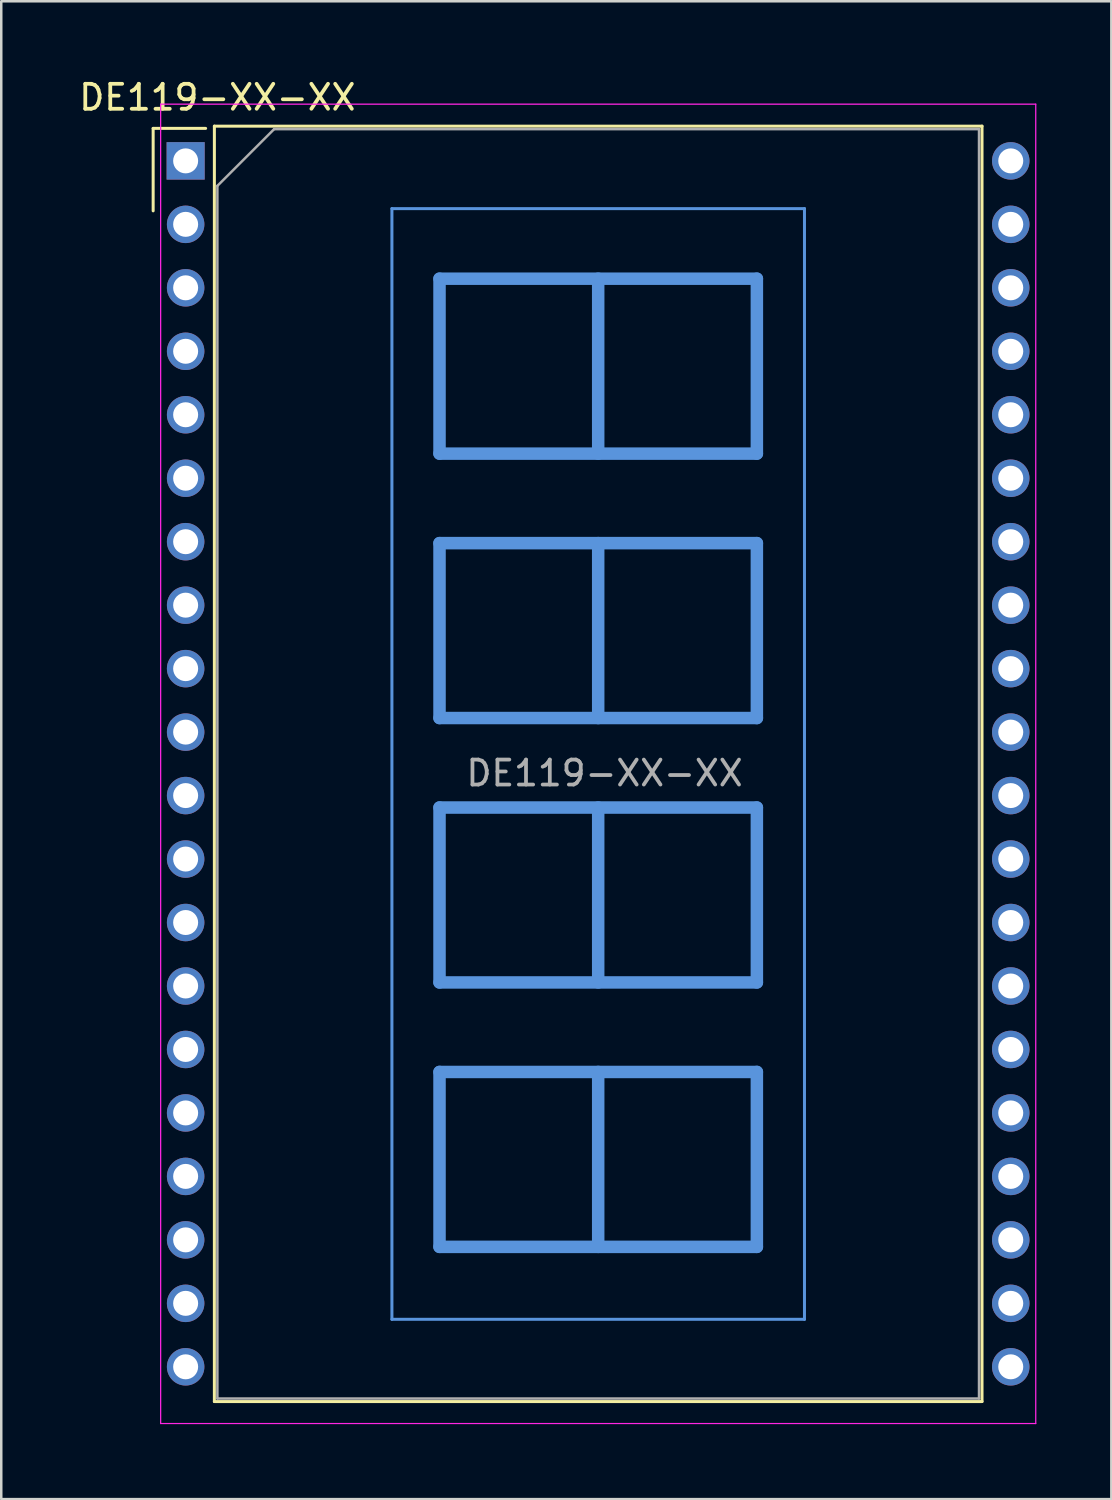
<source format=kicad_pcb>
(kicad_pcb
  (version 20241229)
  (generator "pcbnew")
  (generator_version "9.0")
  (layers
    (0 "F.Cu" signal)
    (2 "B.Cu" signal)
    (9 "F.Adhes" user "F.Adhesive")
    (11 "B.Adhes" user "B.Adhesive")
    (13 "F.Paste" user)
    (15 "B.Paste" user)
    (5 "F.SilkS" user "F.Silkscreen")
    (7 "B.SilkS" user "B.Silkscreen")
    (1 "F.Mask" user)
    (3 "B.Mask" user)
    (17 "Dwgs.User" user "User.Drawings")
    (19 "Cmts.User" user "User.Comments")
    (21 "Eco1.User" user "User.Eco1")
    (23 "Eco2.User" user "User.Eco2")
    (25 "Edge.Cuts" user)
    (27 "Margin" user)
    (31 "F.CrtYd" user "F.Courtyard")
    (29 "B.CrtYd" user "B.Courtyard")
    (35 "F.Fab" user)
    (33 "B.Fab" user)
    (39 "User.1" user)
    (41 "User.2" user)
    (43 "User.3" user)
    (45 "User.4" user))
  (footprint "DE119-XX-XX"
    (layer "F.Cu")
    (at 4.379 3.388)
    (property "Reference" "DE119-XX-XX" (at 1.27 -2.54 0) (layer "F.SilkS") (effects (font (size 1 1) (thickness 0.15))))
    (attr through_hole)
    (fp_line (start -1.3 -1.3) (end -1.3 2) (stroke (width 0.12) (type solid)) (layer "F.SilkS"))
    (fp_line (start -1.3 -1.3) (end 0.8 -1.3) (stroke (width 0.12) (type solid)) (layer "F.SilkS"))
    (fp_line (start 1.15 -1.39) (end 1.15 49.65) (stroke (width 0.12) (type solid)) (layer "F.SilkS"))
    (fp_line (start 1.15 49.65) (end 31.87 49.65) (stroke (width 0.12) (type solid)) (layer "F.SilkS"))
    (fp_line (start 31.87 -1.39) (end 1.15 -1.39) (stroke (width 0.12) (type solid)) (layer "F.SilkS"))
    (fp_line (start 31.87 49.65) (end 31.87 -1.39) (stroke (width 0.12) (type solid)) (layer "F.SilkS"))
    (fp_line (start 8.255 1.91) (end 8.255 46.36) (stroke (width 0.12) (type solid)) (layer "Cmts.User"))
    (fp_line (start 8.255 1.91) (end 24.765 1.91) (stroke (width 0.12) (type solid)) (layer "Cmts.User"))
    (fp_line (start 8.255 46.36) (end 24.765 46.36) (stroke (width 0.12) (type solid)) (layer "Cmts.User"))
    (fp_line (start 10.16 4.715) (end 22.86 4.715) (stroke (width 0.5) (type solid)) (layer "Cmts.User"))
    (fp_line (start 10.16 11.715) (end 10.16 4.715) (stroke (width 0.5) (type solid)) (layer "Cmts.User"))
    (fp_line (start 10.16 15.297) (end 22.86 15.297) (stroke (width 0.5) (type solid)) (layer "Cmts.User"))
    (fp_line (start 10.16 22.297) (end 10.16 15.297) (stroke (width 0.5) (type solid)) (layer "Cmts.User"))
    (fp_line (start 10.16 25.878) (end 22.86 25.878) (stroke (width 0.5) (type solid)) (layer "Cmts.User"))
    (fp_line (start 10.16 32.878) (end 10.16 25.878) (stroke (width 0.5) (type solid)) (layer "Cmts.User"))
    (fp_line (start 10.16 36.46) (end 22.86 36.46) (stroke (width 0.5) (type solid)) (layer "Cmts.User"))
    (fp_line (start 10.16 43.46) (end 10.16 36.46) (stroke (width 0.5) (type solid)) (layer "Cmts.User"))
    (fp_line (start 16.51 4.715) (end 16.51 11.715) (stroke (width 0.5) (type solid)) (layer "Cmts.User"))
    (fp_line (start 16.51 15.297) (end 16.51 22.297) (stroke (width 0.5) (type solid)) (layer "Cmts.User"))
    (fp_line (start 16.51 25.878) (end 16.51 32.878) (stroke (width 0.5) (type solid)) (layer "Cmts.User"))
    (fp_line (start 16.51 36.46) (end 16.51 43.46) (stroke (width 0.5) (type solid)) (layer "Cmts.User"))
    (fp_line (start 22.86 4.715) (end 22.86 11.715) (stroke (width 0.5) (type solid)) (layer "Cmts.User"))
    (fp_line (start 22.86 11.715) (end 10.16 11.715) (stroke (width 0.5) (type solid)) (layer "Cmts.User"))
    (fp_line (start 22.86 15.297) (end 22.86 22.297) (stroke (width 0.5) (type solid)) (layer "Cmts.User"))
    (fp_line (start 22.86 22.297) (end 10.16 22.297) (stroke (width 0.5) (type solid)) (layer "Cmts.User"))
    (fp_line (start 22.86 25.878) (end 22.86 32.878) (stroke (width 0.5) (type solid)) (layer "Cmts.User"))
    (fp_line (start 22.86 32.878) (end 10.16 32.878) (stroke (width 0.5) (type solid)) (layer "Cmts.User"))
    (fp_line (start 22.86 36.46) (end 22.86 43.46) (stroke (width 0.5) (type solid)) (layer "Cmts.User"))
    (fp_line (start 22.86 43.46) (end 10.16 43.46) (stroke (width 0.5) (type solid)) (layer "Cmts.User"))
    (fp_line (start 24.765 46.36) (end 24.765 1.91) (stroke (width 0.12) (type solid)) (layer "Cmts.User"))
    (fp_line (start -1 -2.27) (end 34.02 -2.27) (stroke (width 0.05) (type solid)) (layer "F.CrtYd"))
    (fp_line (start -1 50.53) (end -1 -2.27) (stroke (width 0.05) (type solid)) (layer "F.CrtYd"))
    (fp_line (start 34.02 -2.27) (end 34.02 50.53) (stroke (width 0.05) (type solid)) (layer "F.CrtYd"))
    (fp_line (start 34.02 50.53) (end -1 50.53) (stroke (width 0.05) (type solid)) (layer "F.CrtYd"))
    (fp_line (start 1.27 1) (end 3.54 -1.27) (stroke (width 0.1) (type solid)) (layer "F.Fab"))
    (fp_line (start 1.27 49.53) (end 1.27 1) (stroke (width 0.1) (type solid)) (layer "F.Fab"))
    (fp_line (start 3.54 -1.27) (end 31.75 -1.27) (stroke (width 0.1) (type solid)) (layer "F.Fab"))
    (fp_line (start 31.75 -1.27) (end 31.75 49.53) (stroke (width 0.1) (type solid)) (layer "F.Fab"))
    (fp_line (start 31.75 49.53) (end 1.27 49.53) (stroke (width 0.1) (type solid)) (layer "F.Fab"))
    (fp_text user "${REFERENCE}" (at 16.764 24.504 0) (layer "F.Fab") (effects (font (size 1 1) (thickness 0.15))))
    (pad "1" thru_hole rect (at 0 0 270) (size 1.5 1.524) (drill 1) (layers "*.Cu" "*.Mask"))
    (pad "2" thru_hole circle (at 0 2.54 270) (size 1.5 1.5) (drill 1) (layers "*.Cu" "*.Mask"))
    (pad "3" thru_hole circle (at 0 5.08 270) (size 1.5 1.5) (drill 1) (layers "*.Cu" "*.Mask"))
    (pad "4" thru_hole circle (at 0 7.62 270) (size 1.5 1.5) (drill 1) (layers "*.Cu" "*.Mask"))
    (pad "5" thru_hole circle (at 0 10.16 270) (size 1.5 1.5) (drill 1) (layers "*.Cu" "*.Mask"))
    (pad "6" thru_hole circle (at 0 12.7 270) (size 1.5 1.5) (drill 1) (layers "*.Cu" "*.Mask"))
    (pad "7" thru_hole circle (at 0 15.24 270) (size 1.5 1.5) (drill 1) (layers "*.Cu" "*.Mask"))
    (pad "8" thru_hole circle (at 0 17.78 270) (size 1.5 1.5) (drill 1) (layers "*.Cu" "*.Mask"))
    (pad "9" thru_hole circle (at 0 20.32 270) (size 1.5 1.5) (drill 1) (layers "*.Cu" "*.Mask"))
    (pad "10" thru_hole circle (at 0 22.86 270) (size 1.5 1.5) (drill 1) (layers "*.Cu" "*.Mask"))
    (pad "11" thru_hole circle (at 0 25.4 270) (size 1.5 1.5) (drill 1) (layers "*.Cu" "*.Mask"))
    (pad "12" thru_hole circle (at 0 27.94 270) (size 1.5 1.5) (drill 1) (layers "*.Cu" "*.Mask"))
    (pad "13" thru_hole circle (at 0 30.48 270) (size 1.5 1.5) (drill 1) (layers "*.Cu" "*.Mask"))
    (pad "14" thru_hole circle (at 0 33.02 270) (size 1.5 1.5) (drill 1) (layers "*.Cu" "*.Mask"))
    (pad "15" thru_hole circle (at 0 35.56 270) (size 1.5 1.5) (drill 1) (layers "*.Cu" "*.Mask"))
    (pad "16" thru_hole circle (at 0 38.1 270) (size 1.5 1.5) (drill 1) (layers "*.Cu" "*.Mask"))
    (pad "17" thru_hole circle (at 0 40.64 270) (size 1.5 1.5) (drill 1) (layers "*.Cu" "*.Mask"))
    (pad "18" thru_hole circle (at 0 43.18 270) (size 1.5 1.5) (drill 1) (layers "*.Cu" "*.Mask"))
    (pad "19" thru_hole circle (at 0 45.72 270) (size 1.5 1.5) (drill 1) (layers "*.Cu" "*.Mask"))
    (pad "20" thru_hole circle (at 0 48.26 270) (size 1.5 1.5) (drill 1) (layers "*.Cu" "*.Mask"))
    (pad "21" thru_hole circle (at 33.02 48.26 90) (size 1.5 1.5) (drill 1) (layers "*.Cu" "*.Mask"))
    (pad "22" thru_hole circle (at 33.02 45.72 90) (size 1.5 1.5) (drill 1) (layers "*.Cu" "*.Mask"))
    (pad "23" thru_hole circle (at 33.02 43.18 90) (size 1.5 1.5) (drill 1) (layers "*.Cu" "*.Mask"))
    (pad "24" thru_hole circle (at 33.02 40.64 90) (size 1.5 1.5) (drill 1) (layers "*.Cu" "*.Mask"))
    (pad "25" thru_hole circle (at 33.02 38.1 90) (size 1.5 1.5) (drill 1) (layers "*.Cu" "*.Mask"))
    (pad "26" thru_hole circle (at 33.02 35.56 270) (size 1.5 1.5) (drill 1) (layers "*.Cu" "*.Mask"))
    (pad "27" thru_hole circle (at 33.02 33.02 270) (size 1.5 1.5) (drill 1) (layers "*.Cu" "*.Mask"))
    (pad "28" thru_hole circle (at 33.02 30.48 270) (size 1.5 1.5) (drill 1) (layers "*.Cu" "*.Mask"))
    (pad "29" thru_hole circle (at 33.02 27.94 270) (size 1.5 1.5) (drill 1) (layers "*.Cu" "*.Mask"))
    (pad "30" thru_hole circle (at 33.02 25.4 270) (size 1.5 1.5) (drill 1) (layers "*.Cu" "*.Mask"))
    (pad "31" thru_hole circle (at 33.02 22.86 270) (size 1.5 1.5) (drill 1) (layers "*.Cu" "*.Mask"))
    (pad "32" thru_hole circle (at 33.02 20.32 270) (size 1.5 1.5) (drill 1) (layers "*.Cu" "*.Mask"))
    (pad "33" thru_hole circle (at 33.02 17.78 270) (size 1.5 1.5) (drill 1) (layers "*.Cu" "*.Mask"))
    (pad "34" thru_hole circle (at 33.02 15.24 270) (size 1.5 1.5) (drill 1) (layers "*.Cu" "*.Mask"))
    (pad "35" thru_hole circle (at 33.02 12.7 270) (size 1.5 1.5) (drill 1) (layers "*.Cu" "*.Mask"))
    (pad "36" thru_hole circle (at 33.02 10.16 270) (size 1.5 1.5) (drill 1) (layers "*.Cu" "*.Mask"))
    (pad "37" thru_hole circle (at 33.02 7.62 270) (size 1.5 1.5) (drill 1) (layers "*.Cu" "*.Mask"))
    (pad "38" thru_hole circle (at 33.02 5.08 270) (size 1.5 1.5) (drill 1) (layers "*.Cu" "*.Mask"))
    (pad "39" thru_hole circle (at 33.02 2.54 270) (size 1.5 1.5) (drill 1) (layers "*.Cu" "*.Mask"))
    (pad "40" thru_hole circle (at 33.02 0 270) (size 1.5 1.5) (drill 1) (layers "*.Cu" "*.Mask")))
  (gr_rect
    (start -3 -3)
    (end 41.424 56.943)
    (stroke (width 0.1) (type default))
    (fill no)
    (layer "Edge.Cuts")))
</source>
